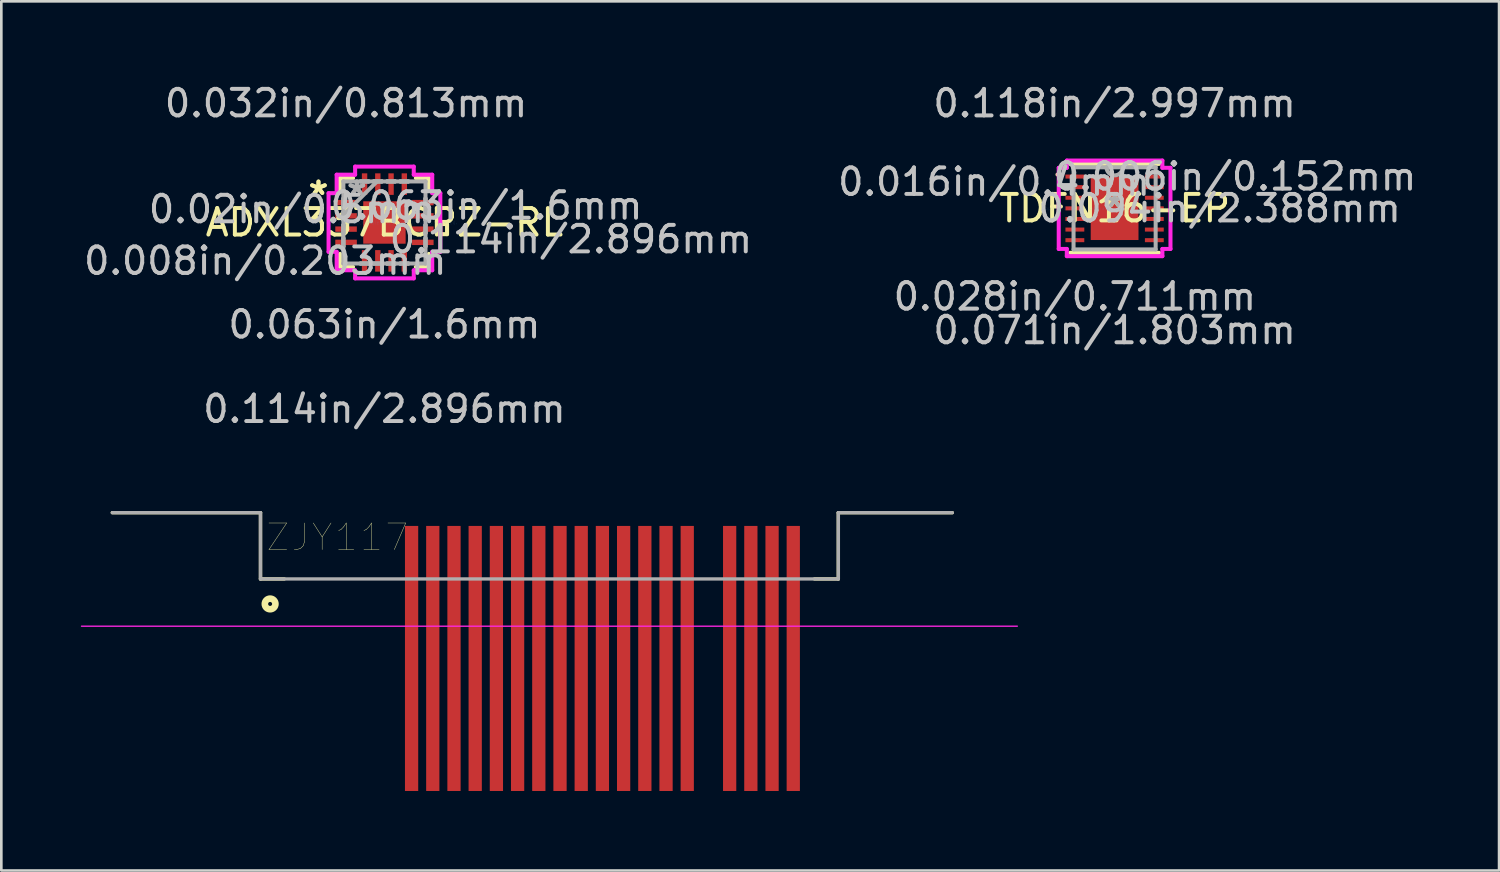
<source format=kicad_pcb>
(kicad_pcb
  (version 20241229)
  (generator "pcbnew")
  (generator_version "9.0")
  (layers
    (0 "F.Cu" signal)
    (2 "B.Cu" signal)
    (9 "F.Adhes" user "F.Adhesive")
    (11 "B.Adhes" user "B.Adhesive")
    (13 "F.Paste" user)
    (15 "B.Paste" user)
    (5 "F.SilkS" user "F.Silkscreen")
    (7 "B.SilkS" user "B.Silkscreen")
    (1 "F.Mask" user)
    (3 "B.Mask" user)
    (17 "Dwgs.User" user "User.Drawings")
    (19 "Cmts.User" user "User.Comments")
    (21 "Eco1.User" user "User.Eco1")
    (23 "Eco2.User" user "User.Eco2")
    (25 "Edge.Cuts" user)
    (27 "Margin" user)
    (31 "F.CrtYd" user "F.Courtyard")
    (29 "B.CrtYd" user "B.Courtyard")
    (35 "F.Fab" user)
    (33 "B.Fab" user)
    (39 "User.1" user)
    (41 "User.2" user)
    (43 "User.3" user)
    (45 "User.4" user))
  (footprint "TDFN16-EP"
    (layer "F.Cu")
    (at 39.001 4.811)
    (property "Reference" "TDFN16-EP" (at 0 0 0) (layer "F.SilkS") (effects (font (size 1 1) (thickness 0.15))))
    (attr through_hole)
    (fp_line (start -1.676 1.676) (end 1.676 1.676) (stroke (width 0.152) (type solid)) (layer "F.SilkS"))
    (fp_line (start 1.676 -1.676) (end -1.676 -1.676) (stroke (width 0.152) (type solid)) (layer "F.SilkS"))
    (fp_arc (start -2.1558 -1.2762) (mid -2.086253 -1.23114) (end -2.098958 -1.149251) (stroke (width 0.1524) (type solid)) (layer "F.SilkS"))
    (fp_line (start -2.108 -1.53) (end -1.803 -1.53) (stroke (width 0.152) (type solid)) (layer "F.CrtYd"))
    (fp_line (start -2.108 1.53) (end -2.108 -1.53) (stroke (width 0.152) (type solid)) (layer "F.CrtYd"))
    (fp_line (start -1.803 -1.803) (end 1.803 -1.803) (stroke (width 0.152) (type solid)) (layer "F.CrtYd"))
    (fp_line (start -1.803 -1.53) (end -1.803 -1.803) (stroke (width 0.152) (type solid)) (layer "F.CrtYd"))
    (fp_line (start -1.803 1.53) (end -2.108 1.53) (stroke (width 0.152) (type solid)) (layer "F.CrtYd"))
    (fp_line (start -1.803 1.803) (end -1.803 1.53) (stroke (width 0.152) (type solid)) (layer "F.CrtYd"))
    (fp_line (start 1.803 -1.803) (end 1.803 -1.53) (stroke (width 0.152) (type solid)) (layer "F.CrtYd"))
    (fp_line (start 1.803 -1.53) (end 2.108 -1.53) (stroke (width 0.152) (type solid)) (layer "F.CrtYd"))
    (fp_line (start 1.803 1.53) (end 1.803 1.803) (stroke (width 0.152) (type solid)) (layer "F.CrtYd"))
    (fp_line (start 1.803 1.803) (end -1.803 1.803) (stroke (width 0.152) (type solid)) (layer "F.CrtYd"))
    (fp_line (start 2.108 -1.53) (end 2.108 1.53) (stroke (width 0.152) (type solid)) (layer "F.CrtYd"))
    (fp_line (start 2.108 1.53) (end 1.803 1.53) (stroke (width 0.152) (type solid)) (layer "F.CrtYd"))
    (fp_line (start -1.549 -1.549) (end -1.549 1.549) (stroke (width 0.152) (type solid)) (layer "F.Fab"))
    (fp_line (start -1.549 1.549) (end 1.549 1.549) (stroke (width 0.152) (type solid)) (layer "F.Fab"))
    (fp_line (start 1.549 -1.549) (end -1.549 -1.549) (stroke (width 0.152) (type solid)) (layer "F.Fab"))
    (fp_line (start 1.549 1.549) (end 1.549 -1.549) (stroke (width 0.152) (type solid)) (layer "F.Fab"))
    (fp_arc (start 0.3048 -1.5494) (mid 0 -1.2446) (end -0.3048 -1.5494) (stroke (width 0.1524) (type solid)) (layer "F.Fab"))
    (fp_text user "*" (at 0 0 0) (layer "F.SilkS") (effects (font (size 1 1) (thickness 0.15))))
    (fp_text user "0.118in/2.997mm" (at 0 -3.962 0) (layer "Dwgs.User") (effects (font (size 1 1) (thickness 0.15))))
    (fp_text user "0.006in/0.152mm" (at 4.547 -1.2 0) (layer "Dwgs.User") (effects (font (size 1 1) (thickness 0.15))))
    (fp_text user "0.071in/1.803mm" (at 0 4.597 0) (layer "Dwgs.User") (effects (font (size 1 1) (thickness 0.15))))
    (fp_text user "0.016in/0.4mm" (at -4.547 -1 0) (layer "Dwgs.User") (effects (font (size 1 1) (thickness 0.15))))
    (fp_text user "0.028in/0.711mm" (at -1.499 3.327 0) (layer "Dwgs.User") (effects (font (size 1 1) (thickness 0.15))))
    (fp_text user "0.094in/2.388mm" (at 3.962 0 0) (layer "Dwgs.User") (effects (font (size 1 1) (thickness 0.15))))
    (fp_text user "Copyright 2016 Accelerated Designs. All rights reserved." (at 0 0 0) (layer "Cmts.User") (effects (font (size 0.127 0.127) (thickness 0.002))))
    (fp_text user "*" (at 0 0 0) (layer "F.Fab") (effects (font (size 1 1) (thickness 0.15))))
    (pad "1" smd rect (at -1.499 -1.2) (size 0.711 0.152) (layers "F.Cu" "F.Mask" "F.Paste"))
    (pad "2" smd rect (at -1.499 -0.8) (size 0.711 0.152) (layers "F.Cu" "F.Mask" "F.Paste"))
    (pad "3" smd rect (at -1.499 -0.4) (size 0.711 0.152) (layers "F.Cu" "F.Mask" "F.Paste"))
    (pad "4" smd rect (at -1.499 0) (size 0.711 0.152) (layers "F.Cu" "F.Mask" "F.Paste"))
    (pad "5" smd rect (at -1.499 0.4) (size 0.711 0.152) (layers "F.Cu" "F.Mask" "F.Paste"))
    (pad "6" smd rect (at -1.499 0.8) (size 0.711 0.152) (layers "F.Cu" "F.Mask" "F.Paste"))
    (pad "7" smd rect (at -1.499 1.2) (size 0.711 0.152) (layers "F.Cu" "F.Mask" "F.Paste"))
    (pad "8" smd rect (at 1.499 1.2) (size 0.711 0.152) (layers "F.Cu" "F.Mask" "F.Paste"))
    (pad "9" smd rect (at 1.499 0.8) (size 0.711 0.152) (layers "F.Cu" "F.Mask" "F.Paste"))
    (pad "10" smd rect (at 1.499 0.4) (size 0.711 0.152) (layers "F.Cu" "F.Mask" "F.Paste"))
    (pad "11" smd rect (at 1.499 0) (size 0.711 0.152) (layers "F.Cu" "F.Mask" "F.Paste"))
    (pad "12" smd rect (at 1.499 -0.4) (size 0.711 0.152) (layers "F.Cu" "F.Mask" "F.Paste"))
    (pad "13" smd rect (at 1.499 -0.8) (size 0.711 0.152) (layers "F.Cu" "F.Mask" "F.Paste"))
    (pad "14" smd rect (at 1.499 -1.2) (size 0.711 0.152) (layers "F.Cu" "F.Mask" "F.Paste"))
    (pad "15" smd rect (at 0 0) (size 1.803 2.388) (layers "F.Cu" "F.Mask" "F.Paste")))
  (footprint "ADXL337BCPZ-RL"
    (layer "F.Cu")
    (at 11.454 5.344)
    (property "Reference" "ADXL337BCPZ-RL" (at 0 0 0) (layer "F.SilkS") (effects (font (size 1 1) (thickness 0.15))))
    (attr through_hole)
    (fp_line (start -1.676 -1.676) (end -1.676 -1.184) (stroke (width 0.152) (type solid)) (layer "F.SilkS"))
    (fp_line (start -1.676 1.184) (end -1.676 1.676) (stroke (width 0.152) (type solid)) (layer "F.SilkS"))
    (fp_line (start -1.676 1.676) (end -1.184 1.676) (stroke (width 0.152) (type solid)) (layer "F.SilkS"))
    (fp_line (start -1.184 -1.676) (end -1.676 -1.676) (stroke (width 0.152) (type solid)) (layer "F.SilkS"))
    (fp_line (start 1.184 1.676) (end 1.676 1.676) (stroke (width 0.152) (type solid)) (layer "F.SilkS"))
    (fp_line (start 1.676 -1.676) (end 1.184 -1.676) (stroke (width 0.152) (type solid)) (layer "F.SilkS"))
    (fp_line (start 1.676 -1.184) (end 1.676 -1.676) (stroke (width 0.152) (type solid)) (layer "F.SilkS"))
    (fp_line (start 1.676 1.676) (end 1.676 1.184) (stroke (width 0.152) (type solid)) (layer "F.SilkS"))
    (fp_line (start 2.108 0.059) (end 2.362 0.059) (stroke (width 0.152) (type solid)) (layer "F.SilkS"))
    (fp_line (start 2.108 0.441) (end 2.108 0.059) (stroke (width 0.152) (type solid)) (layer "F.SilkS"))
    (fp_line (start 2.362 0.059) (end 2.362 0.441) (stroke (width 0.152) (type solid)) (layer "F.SilkS"))
    (fp_line (start 2.362 0.441) (end 2.108 0.441) (stroke (width 0.152) (type solid)) (layer "F.SilkS"))
    (fp_line (start -2.108 -1.106) (end -1.803 -1.106) (stroke (width 0.152) (type solid)) (layer "F.CrtYd"))
    (fp_line (start -2.108 1.106) (end -2.108 -1.106) (stroke (width 0.152) (type solid)) (layer "F.CrtYd"))
    (fp_line (start -1.803 -1.803) (end -1.106 -1.803) (stroke (width 0.152) (type solid)) (layer "F.CrtYd"))
    (fp_line (start -1.803 -1.106) (end -1.803 -1.803) (stroke (width 0.152) (type solid)) (layer "F.CrtYd"))
    (fp_line (start -1.803 1.106) (end -2.108 1.106) (stroke (width 0.152) (type solid)) (layer "F.CrtYd"))
    (fp_line (start -1.803 1.803) (end -1.803 1.106) (stroke (width 0.152) (type solid)) (layer "F.CrtYd"))
    (fp_line (start -1.106 -2.108) (end 1.106 -2.108) (stroke (width 0.152) (type solid)) (layer "F.CrtYd"))
    (fp_line (start -1.106 -1.803) (end -1.106 -2.108) (stroke (width 0.152) (type solid)) (layer "F.CrtYd"))
    (fp_line (start -1.106 1.803) (end -1.803 1.803) (stroke (width 0.152) (type solid)) (layer "F.CrtYd"))
    (fp_line (start -1.106 2.108) (end -1.106 1.803) (stroke (width 0.152) (type solid)) (layer "F.CrtYd"))
    (fp_line (start 1.106 -2.108) (end 1.106 -1.803) (stroke (width 0.152) (type solid)) (layer "F.CrtYd"))
    (fp_line (start 1.106 -1.803) (end 1.803 -1.803) (stroke (width 0.152) (type solid)) (layer "F.CrtYd"))
    (fp_line (start 1.106 1.803) (end 1.106 2.108) (stroke (width 0.152) (type solid)) (layer "F.CrtYd"))
    (fp_line (start 1.106 2.108) (end -1.106 2.108) (stroke (width 0.152) (type solid)) (layer "F.CrtYd"))
    (fp_line (start 1.803 -1.803) (end 1.803 -1.106) (stroke (width 0.152) (type solid)) (layer "F.CrtYd"))
    (fp_line (start 1.803 -1.106) (end 2.108 -1.106) (stroke (width 0.152) (type solid)) (layer "F.CrtYd"))
    (fp_line (start 1.803 1.106) (end 1.803 1.803) (stroke (width 0.152) (type solid)) (layer "F.CrtYd"))
    (fp_line (start 1.803 1.803) (end 1.106 1.803) (stroke (width 0.152) (type solid)) (layer "F.CrtYd"))
    (fp_line (start 2.108 -1.106) (end 2.108 1.106) (stroke (width 0.152) (type solid)) (layer "F.CrtYd"))
    (fp_line (start 2.108 1.106) (end 1.803 1.106) (stroke (width 0.152) (type solid)) (layer "F.CrtYd"))
    (fp_line (start -1.549 -1.549) (end -1.549 -1.549) (stroke (width 0.152) (type solid)) (layer "F.Fab"))
    (fp_line (start -1.549 -1.549) (end -1.549 1.549) (stroke (width 0.152) (type solid)) (layer "F.Fab"))
    (fp_line (start -1.549 -0.902) (end -1.549 -0.902) (stroke (width 0.152) (type solid)) (layer "F.Fab"))
    (fp_line (start -1.549 -0.902) (end -1.549 -0.598) (stroke (width 0.152) (type solid)) (layer "F.Fab"))
    (fp_line (start -1.549 -0.598) (end -1.549 -0.902) (stroke (width 0.152) (type solid)) (layer "F.Fab"))
    (fp_line (start -1.549 -0.598) (end -1.549 -0.598) (stroke (width 0.152) (type solid)) (layer "F.Fab"))
    (fp_line (start -1.549 -0.402) (end -1.549 -0.402) (stroke (width 0.152) (type solid)) (layer "F.Fab"))
    (fp_line (start -1.549 -0.402) (end -1.549 -0.098) (stroke (width 0.152) (type solid)) (layer "F.Fab"))
    (fp_line (start -1.549 -0.279) (end -0.279 -1.549) (stroke (width 0.152) (type solid)) (layer "F.Fab"))
    (fp_line (start -1.549 -0.098) (end -1.549 -0.402) (stroke (width 0.152) (type solid)) (layer "F.Fab"))
    (fp_line (start -1.549 -0.098) (end -1.549 -0.098) (stroke (width 0.152) (type solid)) (layer "F.Fab"))
    (fp_line (start -1.549 0.098) (end -1.549 0.098) (stroke (width 0.152) (type solid)) (layer "F.Fab"))
    (fp_line (start -1.549 0.098) (end -1.549 0.402) (stroke (width 0.152) (type solid)) (layer "F.Fab"))
    (fp_line (start -1.549 0.402) (end -1.549 0.098) (stroke (width 0.152) (type solid)) (layer "F.Fab"))
    (fp_line (start -1.549 0.402) (end -1.549 0.402) (stroke (width 0.152) (type solid)) (layer "F.Fab"))
    (fp_line (start -1.549 0.598) (end -1.549 0.598) (stroke (width 0.152) (type solid)) (layer "F.Fab"))
    (fp_line (start -1.549 0.598) (end -1.549 0.902) (stroke (width 0.152) (type solid)) (layer "F.Fab"))
    (fp_line (start -1.549 0.902) (end -1.549 0.598) (stroke (width 0.152) (type solid)) (layer "F.Fab"))
    (fp_line (start -1.549 0.902) (end -1.549 0.902) (stroke (width 0.152) (type solid)) (layer "F.Fab"))
    (fp_line (start -1.549 1.549) (end -1.549 1.549) (stroke (width 0.152) (type solid)) (layer "F.Fab"))
    (fp_line (start -1.549 1.549) (end 1.549 1.549) (stroke (width 0.152) (type solid)) (layer "F.Fab"))
    (fp_line (start -0.902 -1.549) (end -0.902 -1.549) (stroke (width 0.152) (type solid)) (layer "F.Fab"))
    (fp_line (start -0.902 -1.549) (end -0.598 -1.549) (stroke (width 0.152) (type solid)) (layer "F.Fab"))
    (fp_line (start -0.902 1.549) (end -0.902 1.549) (stroke (width 0.152) (type solid)) (layer "F.Fab"))
    (fp_line (start -0.902 1.549) (end -0.598 1.549) (stroke (width 0.152) (type solid)) (layer "F.Fab"))
    (fp_line (start -0.598 -1.549) (end -0.902 -1.549) (stroke (width 0.152) (type solid)) (layer "F.Fab"))
    (fp_line (start -0.598 -1.549) (end -0.598 -1.549) (stroke (width 0.152) (type solid)) (layer "F.Fab"))
    (fp_line (start -0.598 1.549) (end -0.902 1.549) (stroke (width 0.152) (type solid)) (layer "F.Fab"))
    (fp_line (start -0.598 1.549) (end -0.598 1.549) (stroke (width 0.152) (type solid)) (layer "F.Fab"))
    (fp_line (start -0.402 -1.549) (end -0.402 -1.549) (stroke (width 0.152) (type solid)) (layer "F.Fab"))
    (fp_line (start -0.402 -1.549) (end -0.098 -1.549) (stroke (width 0.152) (type solid)) (layer "F.Fab"))
    (fp_line (start -0.402 1.549) (end -0.402 1.549) (stroke (width 0.152) (type solid)) (layer "F.Fab"))
    (fp_line (start -0.402 1.549) (end -0.098 1.549) (stroke (width 0.152) (type solid)) (layer "F.Fab"))
    (fp_line (start -0.098 -1.549) (end -0.402 -1.549) (stroke (width 0.152) (type solid)) (layer "F.Fab"))
    (fp_line (start -0.098 -1.549) (end -0.098 -1.549) (stroke (width 0.152) (type solid)) (layer "F.Fab"))
    (fp_line (start -0.098 1.549) (end -0.402 1.549) (stroke (width 0.152) (type solid)) (layer "F.Fab"))
    (fp_line (start -0.098 1.549) (end -0.098 1.549) (stroke (width 0.152) (type solid)) (layer "F.Fab"))
    (fp_line (start 0.098 -1.549) (end 0.098 -1.549) (stroke (width 0.152) (type solid)) (layer "F.Fab"))
    (fp_line (start 0.098 -1.549) (end 0.402 -1.549) (stroke (width 0.152) (type solid)) (layer "F.Fab"))
    (fp_line (start 0.098 1.549) (end 0.098 1.549) (stroke (width 0.152) (type solid)) (layer "F.Fab"))
    (fp_line (start 0.098 1.549) (end 0.402 1.549) (stroke (width 0.152) (type solid)) (layer "F.Fab"))
    (fp_line (start 0.402 -1.549) (end 0.098 -1.549) (stroke (width 0.152) (type solid)) (layer "F.Fab"))
    (fp_line (start 0.402 -1.549) (end 0.402 -1.549) (stroke (width 0.152) (type solid)) (layer "F.Fab"))
    (fp_line (start 0.402 1.549) (end 0.098 1.549) (stroke (width 0.152) (type solid)) (layer "F.Fab"))
    (fp_line (start 0.402 1.549) (end 0.402 1.549) (stroke (width 0.152) (type solid)) (layer "F.Fab"))
    (fp_line (start 0.598 -1.549) (end 0.598 -1.549) (stroke (width 0.152) (type solid)) (layer "F.Fab"))
    (fp_line (start 0.598 -1.549) (end 0.902 -1.549) (stroke (width 0.152) (type solid)) (layer "F.Fab"))
    (fp_line (start 0.598 1.549) (end 0.598 1.549) (stroke (width 0.152) (type solid)) (layer "F.Fab"))
    (fp_line (start 0.598 1.549) (end 0.902 1.549) (stroke (width 0.152) (type solid)) (layer "F.Fab"))
    (fp_line (start 0.902 -1.549) (end 0.598 -1.549) (stroke (width 0.152) (type solid)) (layer "F.Fab"))
    (fp_line (start 0.902 -1.549) (end 0.902 -1.549) (stroke (width 0.152) (type solid)) (layer "F.Fab"))
    (fp_line (start 0.902 1.549) (end 0.598 1.549) (stroke (width 0.152) (type solid)) (layer "F.Fab"))
    (fp_line (start 0.902 1.549) (end 0.902 1.549) (stroke (width 0.152) (type solid)) (layer "F.Fab"))
    (fp_line (start 1.549 -1.549) (end -1.549 -1.549) (stroke (width 0.152) (type solid)) (layer "F.Fab"))
    (fp_line (start 1.549 -1.549) (end 1.549 -1.549) (stroke (width 0.152) (type solid)) (layer "F.Fab"))
    (fp_line (start 1.549 -0.902) (end 1.549 -0.902) (stroke (width 0.152) (type solid)) (layer "F.Fab"))
    (fp_line (start 1.549 -0.902) (end 1.549 -0.598) (stroke (width 0.152) (type solid)) (layer "F.Fab"))
    (fp_line (start 1.549 -0.598) (end 1.549 -0.902) (stroke (width 0.152) (type solid)) (layer "F.Fab"))
    (fp_line (start 1.549 -0.598) (end 1.549 -0.598) (stroke (width 0.152) (type solid)) (layer "F.Fab"))
    (fp_line (start 1.549 -0.402) (end 1.549 -0.402) (stroke (width 0.152) (type solid)) (layer "F.Fab"))
    (fp_line (start 1.549 -0.402) (end 1.549 -0.098) (stroke (width 0.152) (type solid)) (layer "F.Fab"))
    (fp_line (start 1.549 -0.098) (end 1.549 -0.402) (stroke (width 0.152) (type solid)) (layer "F.Fab"))
    (fp_line (start 1.549 -0.098) (end 1.549 -0.098) (stroke (width 0.152) (type solid)) (layer "F.Fab"))
    (fp_line (start 1.549 0.098) (end 1.549 0.098) (stroke (width 0.152) (type solid)) (layer "F.Fab"))
    (fp_line (start 1.549 0.098) (end 1.549 0.402) (stroke (width 0.152) (type solid)) (layer "F.Fab"))
    (fp_line (start 1.549 0.402) (end 1.549 0.098) (stroke (width 0.152) (type solid)) (layer "F.Fab"))
    (fp_line (start 1.549 0.402) (end 1.549 0.402) (stroke (width 0.152) (type solid)) (layer "F.Fab"))
    (fp_line (start 1.549 0.598) (end 1.549 0.598) (stroke (width 0.152) (type solid)) (layer "F.Fab"))
    (fp_line (start 1.549 0.598) (end 1.549 0.902) (stroke (width 0.152) (type solid)) (layer "F.Fab"))
    (fp_line (start 1.549 0.902) (end 1.549 0.598) (stroke (width 0.152) (type solid)) (layer "F.Fab"))
    (fp_line (start 1.549 0.902) (end 1.549 0.902) (stroke (width 0.152) (type solid)) (layer "F.Fab"))
    (fp_line (start 1.549 1.549) (end 1.549 -1.549) (stroke (width 0.152) (type solid)) (layer "F.Fab"))
    (fp_line (start 1.549 1.549) (end 1.549 1.549) (stroke (width 0.152) (type solid)) (layer "F.Fab"))
    (fp_text user "*" (at -2.489 -1 0) (layer "F.SilkS") (effects (font (size 1 1) (thickness 0.15))))
    (fp_text user "*" (at -2.489 -1 0) (layer "F.SilkS") (effects (font (size 1 1) (thickness 0.15))))
    (fp_text user "0.063in/1.6mm" (at 0 3.848 0) (layer "Dwgs.User") (effects (font (size 1 1) (thickness 0.15))))
    (fp_text user "0.063in/1.6mm" (at 3.848 -0.635 0) (layer "Dwgs.User") (effects (font (size 1 1) (thickness 0.15))))
    (fp_text user "0.114in/2.896mm" (at 7.036 0.635 0) (layer "Dwgs.User") (effects (font (size 1 1) (thickness 0.15))))
    (fp_text user "0.032in/0.813mm" (at -1.448 -4.496 0) (layer "Dwgs.User") (effects (font (size 1 1) (thickness 0.15))))
    (fp_text user "0.02in/0.5mm" (at -3.48 -0.5 0) (layer "Dwgs.User") (effects (font (size 1 1) (thickness 0.15))))
    (fp_text user "0.008in/0.203mm" (at -4.496 1.448 0) (layer "Dwgs.User") (effects (font (size 1 1) (thickness 0.15))))
    (fp_text user "0.114in/2.896mm" (at 0 7.036 0) (layer "Dwgs.User") (effects (font (size 1 1) (thickness 0.15))))
    (fp_text user "Copyright 2016 Accelerated Designs. All rights reserved." (at 0 0 0) (layer "Cmts.User") (effects (font (size 0.127 0.127) (thickness 0.002))))
    (fp_text user "*" (at -1.041 -1 0) (layer "F.Fab") (effects (font (size 1 1) (thickness 0.15))))
    (fp_text user "*" (at -1.041 -1 0) (layer "F.Fab") (effects (font (size 1 1) (thickness 0.15))))
    (pad "1" smd rect (at -1.448 -0.75 90) (size 0.203 0.813) (layers "F.Cu" "F.Mask" "F.Paste"))
    (pad "2" smd rect (at -1.448 -0.25 90) (size 0.203 0.813) (layers "F.Cu" "F.Mask" "F.Paste"))
    (pad "3" smd rect (at -1.448 0.25 90) (size 0.203 0.813) (layers "F.Cu" "F.Mask" "F.Paste"))
    (pad "4" smd rect (at -1.448 0.75 90) (size 0.203 0.813) (layers "F.Cu" "F.Mask" "F.Paste"))
    (pad "5" smd rect (at -0.75 1.448) (size 0.203 0.813) (layers "F.Cu" "F.Mask" "F.Paste"))
    (pad "6" smd rect (at -0.25 1.448) (size 0.203 0.813) (layers "F.Cu" "F.Mask" "F.Paste"))
    (pad "7" smd rect (at 0.25 1.448) (size 0.203 0.813) (layers "F.Cu" "F.Mask" "F.Paste"))
    (pad "8" smd rect (at 0.75 1.448) (size 0.203 0.813) (layers "F.Cu" "F.Mask" "F.Paste"))
    (pad "9" smd rect (at 1.448 0.75 90) (size 0.203 0.813) (layers "F.Cu" "F.Mask" "F.Paste"))
    (pad "10" smd rect (at 1.448 0.25 90) (size 0.203 0.813) (layers "F.Cu" "F.Mask" "F.Paste"))
    (pad "11" smd rect (at 1.448 -0.25 90) (size 0.203 0.813) (layers "F.Cu" "F.Mask" "F.Paste"))
    (pad "12" smd rect (at 1.448 -0.75 90) (size 0.203 0.813) (layers "F.Cu" "F.Mask" "F.Paste"))
    (pad "13" smd rect (at 0.75 -1.448) (size 0.203 0.813) (layers "F.Cu" "F.Mask" "F.Paste"))
    (pad "14" smd rect (at 0.25 -1.448) (size 0.203 0.813) (layers "F.Cu" "F.Mask" "F.Paste"))
    (pad "15" smd rect (at -0.25 -1.448) (size 0.203 0.813) (layers "F.Cu" "F.Mask" "F.Paste"))
    (pad "16" smd rect (at -0.75 -1.448) (size 0.203 0.813) (layers "F.Cu" "F.Mask" "F.Paste"))
    (pad "17" smd rect (at 0 0) (size 1.6 1.6) (layers "F.Cu" "F.Mask" "F.Paste")))
  (footprint "ZJY117"
    (layer "F.Cu")
    (at 17.678 18.542)
    (property "Reference" "ZJY117" (at -8.001 -1.321 180) (layer "F.SilkS") (effects (font (size 1.003 1.003) (thickness 0.015))))
    (attr through_hole)
    (fp_line (start -10.9 -2.25) (end -16.49 -2.25) (stroke (width 0.127) (type solid)) (layer "F.SilkS"))
    (fp_line (start -10.9 0.25) (end -10.9 -2.25) (stroke (width 0.127) (type solid)) (layer "F.SilkS"))
    (fp_line (start -10.9 0.25) (end -10 0.25) (stroke (width 0.127) (type solid)) (layer "F.SilkS"))
    (fp_line (start 10.9 -2.25) (end 15.2 -2.25) (stroke (width 0.127) (type solid)) (layer "F.SilkS"))
    (fp_line (start 10.9 0.25) (end 10 0.25) (stroke (width 0.127) (type solid)) (layer "F.SilkS"))
    (fp_line (start 10.9 0.25) (end 10.9 -2.25) (stroke (width 0.127) (type solid)) (layer "F.SilkS"))
    (fp_circle (center -10.537 1.193) (end -10.337 1.193) (stroke (width 0.25) (type solid)) (fill no) (layer "F.SilkS"))
    (fp_line (start 17.653 2.032) (end -17.653 2.032) (stroke (width 0.05) (type solid)) (layer "F.CrtYd"))
    (fp_line (start -10.9 -2.25) (end -16.49 -2.25) (stroke (width 0.127) (type solid)) (layer "F.Fab"))
    (fp_line (start -10.9 0.25) (end -10.9 -2.25) (stroke (width 0.127) (type solid)) (layer "F.Fab"))
    (fp_line (start -10.9 0.25) (end 10.9 0.25) (stroke (width 0.127) (type solid)) (layer "F.Fab"))
    (fp_line (start 10.9 -2.25) (end 15.2 -2.25) (stroke (width 0.127) (type solid)) (layer "F.Fab"))
    (fp_line (start 10.9 0.25) (end 10.9 -2.25) (stroke (width 0.127) (type solid)) (layer "F.Fab"))
    (pad "1" smd rect (at 5.2 3.25) (size 0.5 10) (layers "F.Cu" "F.Mask" "F.Paste"))
    (pad "2" smd rect (at 4.4 3.25) (size 0.5 10) (layers "F.Cu" "F.Mask" "F.Paste"))
    (pad "3" smd rect (at 3.6 3.25) (size 0.5 10) (layers "F.Cu" "F.Mask" "F.Paste"))
    (pad "4" smd rect (at 2.8 3.25) (size 0.5 10) (layers "F.Cu" "F.Mask" "F.Paste"))
    (pad "5" smd rect (at 2 3.25) (size 0.5 10) (layers "F.Cu" "F.Mask" "F.Paste"))
    (pad "6" smd rect (at 1.2 3.25) (size 0.5 10) (layers "F.Cu" "F.Mask" "F.Paste"))
    (pad "7" smd rect (at 0.4 3.25) (size 0.5 10) (layers "F.Cu" "F.Mask" "F.Paste"))
    (pad "8" smd rect (at -0.4 3.25) (size 0.5 10) (layers "F.Cu" "F.Mask" "F.Paste"))
    (pad "9" smd rect (at -1.2 3.25) (size 0.5 10) (layers "F.Cu" "F.Mask" "F.Paste"))
    (pad "10" smd rect (at -2 3.25) (size 0.5 10) (layers "F.Cu" "F.Mask" "F.Paste"))
    (pad "11" smd rect (at -2.8 3.25) (size 0.5 10) (layers "F.Cu" "F.Mask" "F.Paste"))
    (pad "12" smd rect (at -3.6 3.25) (size 0.5 10) (layers "F.Cu" "F.Mask" "F.Paste"))
    (pad "13" smd rect (at -4.4 3.25) (size 0.5 10) (layers "F.Cu" "F.Mask" "F.Paste"))
    (pad "14" smd rect (at -5.2 3.25) (size 0.5 10) (layers "F.Cu" "F.Mask" "F.Paste"))
    (pad "15" smd rect (at 6.8 3.25) (size 0.5 10) (layers "F.Cu" "F.Mask" "F.Paste"))
    (pad "16" smd rect (at 7.6 3.25) (size 0.5 10) (layers "F.Cu" "F.Mask" "F.Paste"))
    (pad "17" smd rect (at 8.4 3.25) (size 0.5 10) (layers "F.Cu" "F.Mask" "F.Paste"))
    (pad "18" smd rect (at 9.2 3.25) (size 0.5 10) (layers "F.Cu" "F.Mask" "F.Paste")))
  (gr_rect
    (start -3 -3)
    (end 53.506 29.792)
    (stroke (width 0.1) (type default))
    (fill no)
    (layer "Edge.Cuts")))
</source>
